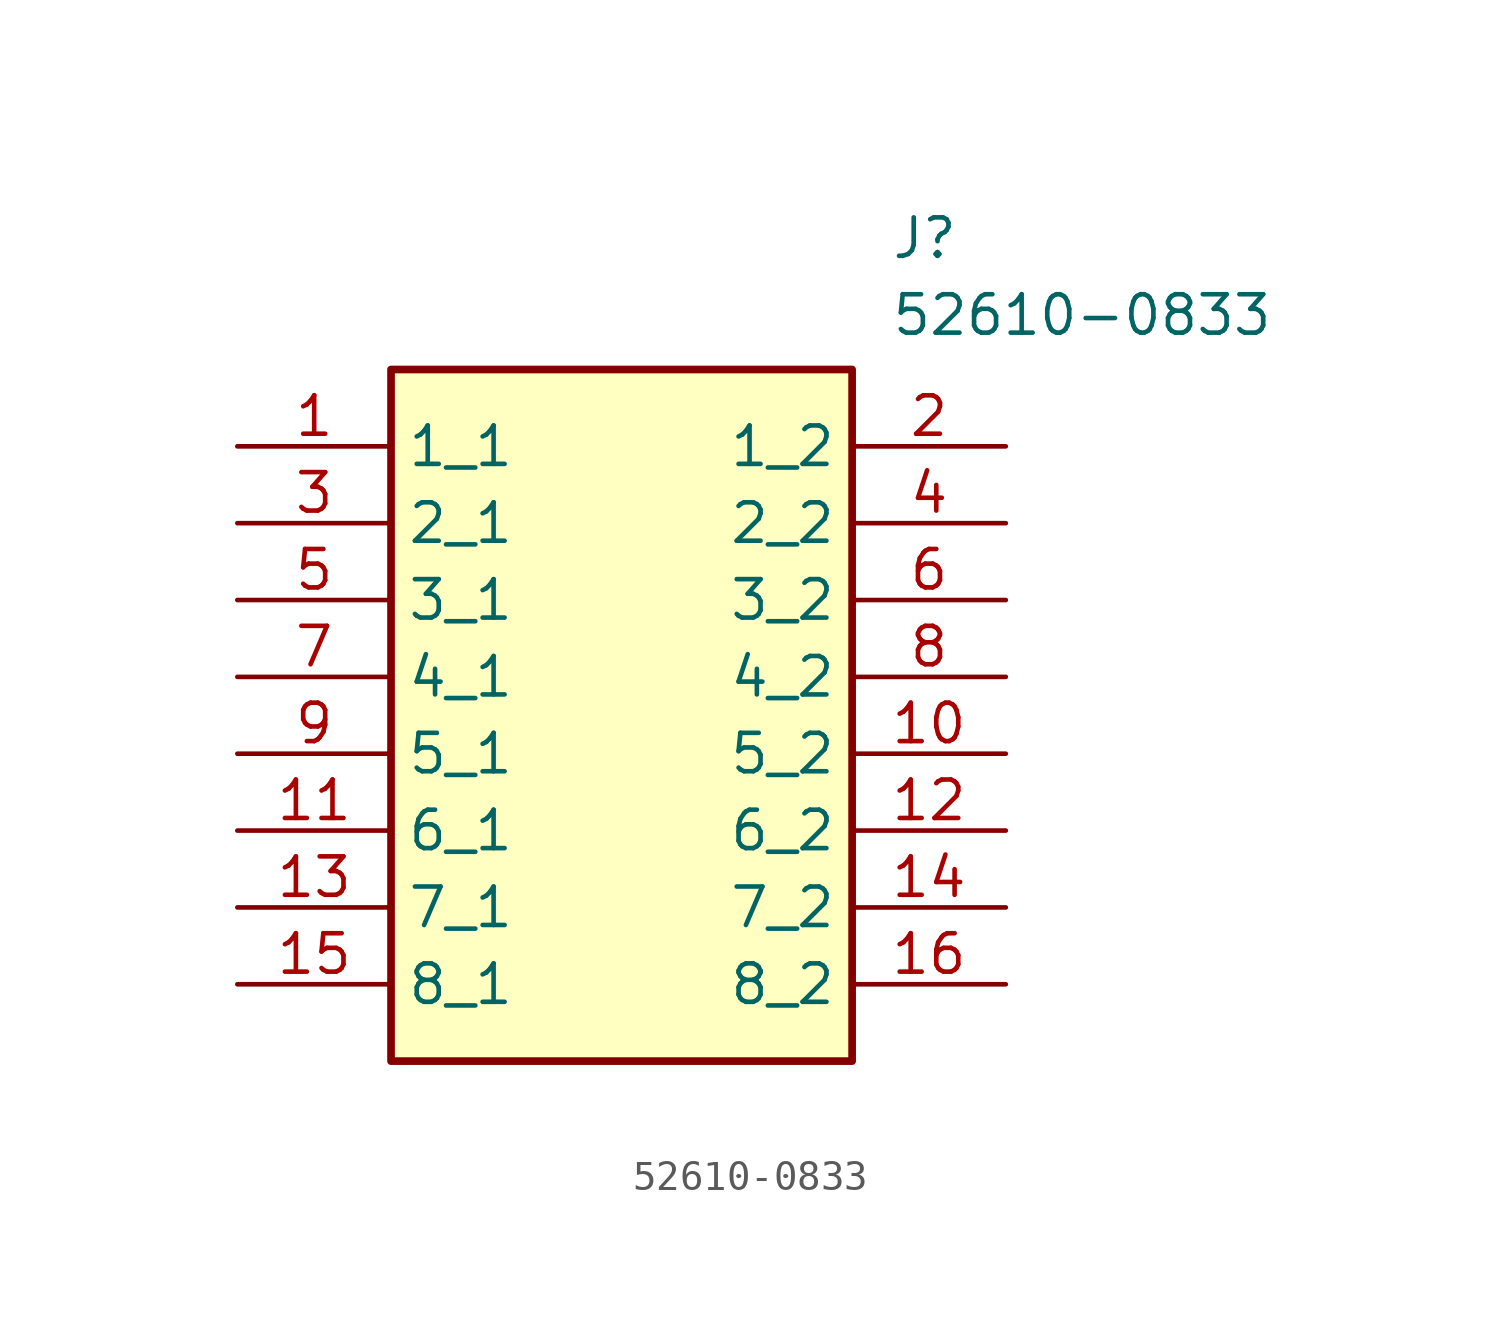
<source format=kicad_sym>
(kicad_symbol_lib
  (version 20211014)
  (generator SamacSys_ECAD_Model)
  (symbol "52610-0833"
    (property "Reference" "J"
      (at 21.59 7.62 0)
      (effects (font (size 1.27 1.27)) (justify left top)))
    (property "Value" "52610-0833"
      (at 21.59 5.08 0)
      (effects (font (size 1.27 1.27)) (justify left top)))
    (rectangle
      (start 5.08 2.54)
      (end 20.32 -20.32)
      (stroke (width 0.254) (type default))
      (fill (type background)))
    (pin passive line
      (at 0 0 0)
      (length 5.08)
      (name "1_1" (effects (font (size 1.27 1.27))))
      (number "1" (effects (font (size 1.27 1.27)))))
    (pin passive line
      (at 25.4 0 180)
      (length 5.08)
      (name "1_2" (effects (font (size 1.27 1.27))))
      (number "2" (effects (font (size 1.27 1.27)))))
    (pin passive line
      (at 0 -2.54 0)
      (length 5.08)
      (name "2_1" (effects (font (size 1.27 1.27))))
      (number "3" (effects (font (size 1.27 1.27)))))
    (pin passive line
      (at 25.4 -2.54 180)
      (length 5.08)
      (name "2_2" (effects (font (size 1.27 1.27))))
      (number "4" (effects (font (size 1.27 1.27)))))
    (pin passive line
      (at 0 -5.08 0)
      (length 5.08)
      (name "3_1" (effects (font (size 1.27 1.27))))
      (number "5" (effects (font (size 1.27 1.27)))))
    (pin passive line
      (at 25.4 -5.08 180)
      (length 5.08)
      (name "3_2" (effects (font (size 1.27 1.27))))
      (number "6" (effects (font (size 1.27 1.27)))))
    (pin passive line
      (at 0 -7.62 0)
      (length 5.08)
      (name "4_1" (effects (font (size 1.27 1.27))))
      (number "7" (effects (font (size 1.27 1.27)))))
    (pin passive line
      (at 25.4 -7.62 180)
      (length 5.08)
      (name "4_2" (effects (font (size 1.27 1.27))))
      (number "8" (effects (font (size 1.27 1.27)))))
    (pin passive line
      (at 0 -10.16 0)
      (length 5.08)
      (name "5_1" (effects (font (size 1.27 1.27))))
      (number "9" (effects (font (size 1.27 1.27)))))
    (pin passive line
      (at 25.4 -10.16 180)
      (length 5.08)
      (name "5_2" (effects (font (size 1.27 1.27))))
      (number "10" (effects (font (size 1.27 1.27)))))
    (pin passive line
      (at 0 -12.7 0)
      (length 5.08)
      (name "6_1" (effects (font (size 1.27 1.27))))
      (number "11" (effects (font (size 1.27 1.27)))))
    (pin passive line
      (at 25.4 -12.7 180)
      (length 5.08)
      (name "6_2" (effects (font (size 1.27 1.27))))
      (number "12" (effects (font (size 1.27 1.27)))))
    (pin passive line
      (at 0 -15.24 0)
      (length 5.08)
      (name "7_1" (effects (font (size 1.27 1.27))))
      (number "13" (effects (font (size 1.27 1.27)))))
    (pin passive line
      (at 25.4 -15.24 180)
      (length 5.08)
      (name "7_2" (effects (font (size 1.27 1.27))))
      (number "14" (effects (font (size 1.27 1.27)))))
    (pin passive line
      (at 0 -17.78 0)
      (length 5.08)
      (name "8_1" (effects (font (size 1.27 1.27))))
      (number "15" (effects (font (size 1.27 1.27)))))
    (pin passive line
      (at 25.4 -17.78 180)
      (length 5.08)
      (name "8_2" (effects (font (size 1.27 1.27))))
      (number "16" (effects (font (size 1.27 1.27)))))))
</source>
